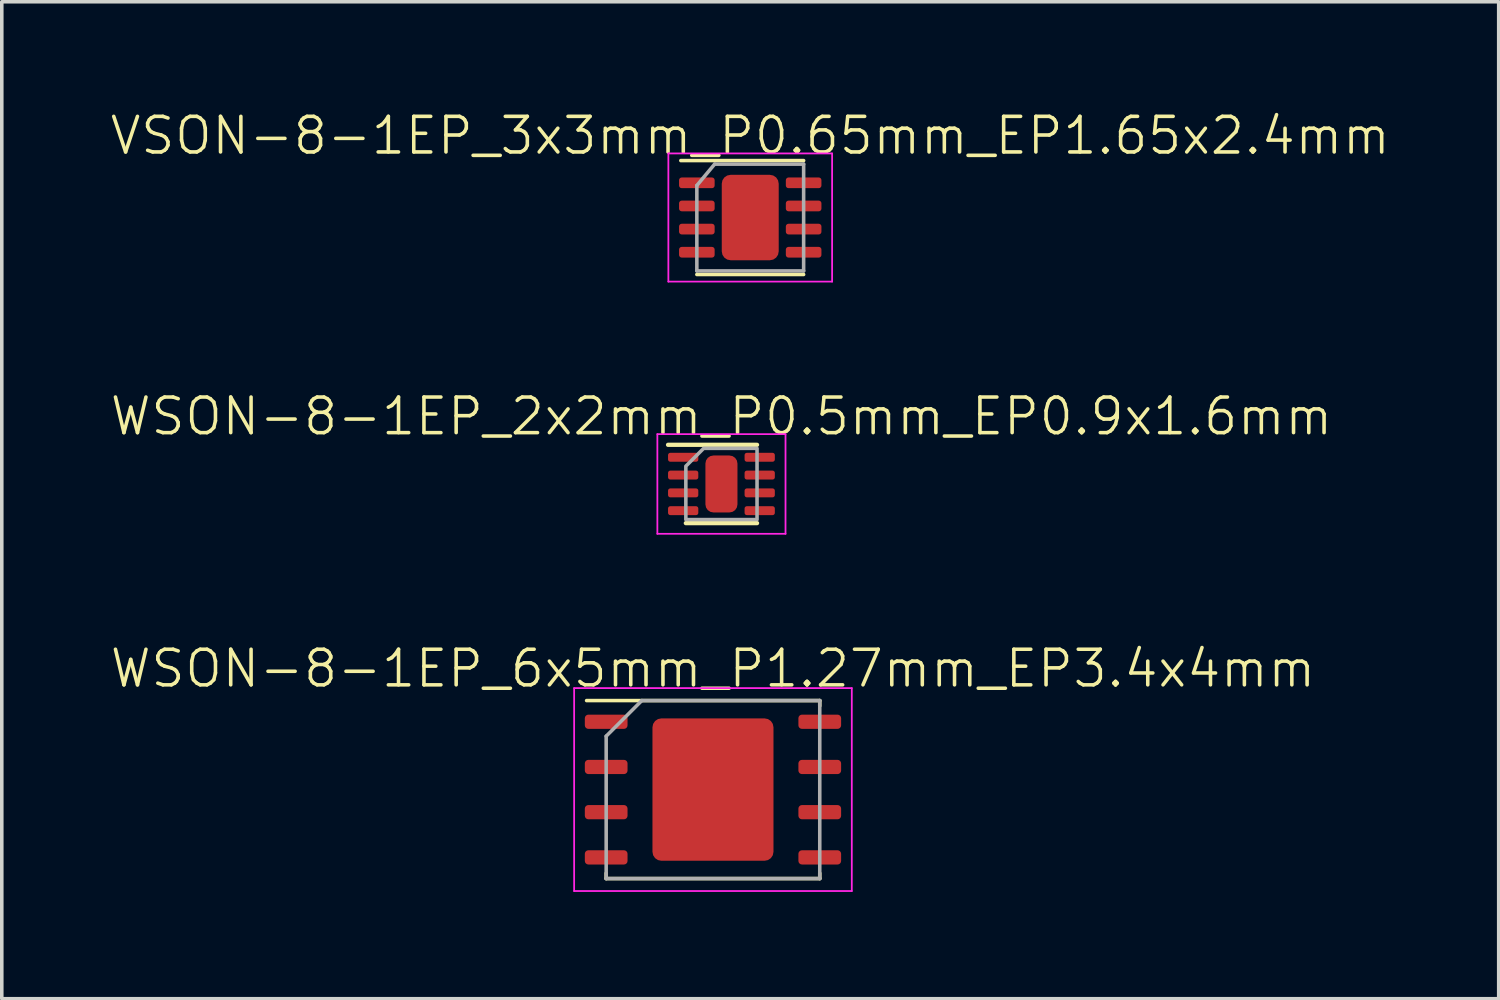
<source format=kicad_pcb>
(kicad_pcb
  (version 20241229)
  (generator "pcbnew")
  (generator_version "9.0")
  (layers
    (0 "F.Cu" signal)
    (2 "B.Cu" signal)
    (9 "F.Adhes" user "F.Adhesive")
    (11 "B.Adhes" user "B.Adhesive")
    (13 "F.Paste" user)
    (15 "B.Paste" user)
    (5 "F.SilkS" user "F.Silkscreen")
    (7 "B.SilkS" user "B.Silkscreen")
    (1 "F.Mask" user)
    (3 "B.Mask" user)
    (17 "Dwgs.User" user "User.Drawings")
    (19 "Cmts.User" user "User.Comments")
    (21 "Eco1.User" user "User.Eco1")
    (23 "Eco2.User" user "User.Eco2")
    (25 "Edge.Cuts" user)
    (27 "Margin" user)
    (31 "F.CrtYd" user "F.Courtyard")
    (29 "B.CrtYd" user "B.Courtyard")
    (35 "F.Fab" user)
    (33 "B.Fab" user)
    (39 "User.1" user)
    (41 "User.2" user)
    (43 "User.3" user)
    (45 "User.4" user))
  (footprint "WSON-8-1EP_6x5mm_P1.27mm_EP3.4x4mm"
    (layer "F.Cu")
    (at 16.979 19.131)
    (property "Reference" "WSON-8-1EP_6x5mm_P1.27mm_EP3.4x4mm" (at 0 -3.4 0) (layer "F.SilkS") (effects (font (size 1 1) (thickness 0.1))))
    (attr smd)
    (fp_line (start -3 2.35) (end -3 2.5) (stroke (width 0.1) (type solid)) (layer "F.SilkS"))
    (fp_line (start -3 2.5) (end 3 2.5) (stroke (width 0.1) (type solid)) (layer "F.SilkS"))
    (fp_line (start 3 -2.5) (end -3.55 -2.5) (stroke (width 0.1) (type solid)) (layer "F.SilkS"))
    (fp_line (start 3 -2.5) (end 3 -2.35) (stroke (width 0.1) (type solid)) (layer "F.SilkS"))
    (fp_line (start 3 2.35) (end 3 2.5) (stroke (width 0.1) (type solid)) (layer "F.SilkS"))
    (fp_line (start -3.9 -2.85) (end -3.9 2.85) (stroke (width 0.05) (type solid)) (layer "F.CrtYd"))
    (fp_line (start -3.9 2.85) (end 3.9 2.85) (stroke (width 0.05) (type solid)) (layer "F.CrtYd"))
    (fp_line (start 3.9 -2.85) (end -3.9 -2.85) (stroke (width 0.05) (type solid)) (layer "F.CrtYd"))
    (fp_line (start 3.9 2.85) (end 3.9 -2.85) (stroke (width 0.05) (type solid)) (layer "F.CrtYd"))
    (fp_line (start -3 -1.5) (end -3 2.5) (stroke (width 0.1) (type solid)) (layer "F.Fab"))
    (fp_line (start -3 2.5) (end 3 2.5) (stroke (width 0.1) (type solid)) (layer "F.Fab"))
    (fp_line (start -2 -2.5) (end -3 -1.5) (stroke (width 0.1) (type default)) (layer "F.Fab"))
    (fp_line (start 3 -2.5) (end -2 -2.5) (stroke (width 0.1) (type solid)) (layer "F.Fab"))
    (fp_line (start 3 2.5) (end 3 -2.5) (stroke (width 0.1) (type solid)) (layer "F.Fab"))
    (pad "" smd roundrect (at -0.85 -1) (size 1.37 1.61) (layers "F.Paste") (roundrect_rratio 0.182))
    (pad "" smd roundrect (at -0.85 1) (size 1.37 1.61) (layers "F.Paste") (roundrect_rratio 0.182))
    (pad "" smd roundrect (at 0.85 -1) (size 1.37 1.61) (layers "F.Paste") (roundrect_rratio 0.182))
    (pad "" smd roundrect (at 0.85 1) (size 1.37 1.61) (layers "F.Paste") (roundrect_rratio 0.182))
    (pad "1" smd roundrect (at -3 -1.905) (size 1.2 0.4) (layers "F.Cu" "F.Mask" "F.Paste") (roundrect_rratio 0.25))
    (pad "2" smd roundrect (at -3 -0.635) (size 1.2 0.4) (layers "F.Cu" "F.Mask" "F.Paste") (roundrect_rratio 0.25))
    (pad "3" smd roundrect (at -3 0.635) (size 1.2 0.4) (layers "F.Cu" "F.Mask" "F.Paste") (roundrect_rratio 0.25))
    (pad "4" smd roundrect (at -3 1.905) (size 1.2 0.4) (layers "F.Cu" "F.Mask" "F.Paste") (roundrect_rratio 0.25))
    (pad "5" smd roundrect (at 3 1.905) (size 1.2 0.4) (layers "F.Cu" "F.Mask" "F.Paste") (roundrect_rratio 0.25))
    (pad "6" smd roundrect (at 3 0.635) (size 1.2 0.4) (layers "F.Cu" "F.Mask" "F.Paste") (roundrect_rratio 0.25))
    (pad "7" smd roundrect (at 3 -0.635) (size 1.2 0.4) (layers "F.Cu" "F.Mask" "F.Paste") (roundrect_rratio 0.25))
    (pad "8" smd roundrect (at 3 -1.905) (size 1.2 0.4) (layers "F.Cu" "F.Mask" "F.Paste") (roundrect_rratio 0.25))
    (pad "9" smd roundrect (at 0 0) (size 3.4 4) (layers "F.Cu" "F.Mask") (roundrect_rratio 0.074)))
  (footprint "VSON-8-1EP_3x3mm_P0.65mm_EP1.65x2.4mm"
    (layer "F.Cu")
    (at 18.026 3.061)
    (property "Reference" "VSON-8-1EP_3x3mm_P0.65mm_EP1.65x2.4mm" (at 0 -2.3 0) (layer "F.SilkS") (effects (font (size 1 1) (thickness 0.1))))
    (attr smd)
    (fp_line (start -1.5 1.6) (end 1.5 1.6) (stroke (width 0.1) (type solid)) (layer "F.SilkS"))
    (fp_line (start 1.5 -1.6) (end -1.95 -1.6) (stroke (width 0.1) (type solid)) (layer "F.SilkS"))
    (fp_rect (start -0.55 -0.95) (end -0.35 -0.75) (stroke (width 0.5) (type solid)) (fill yes) (layer "F.Paste"))
    (fp_rect (start -0.55 -0.1) (end -0.35 0.1) (stroke (width 0.5) (type solid)) (fill yes) (layer "F.Paste"))
    (fp_rect (start -0.55 0.75) (end -0.35 0.95) (stroke (width 0.5) (type solid)) (fill yes) (layer "F.Paste"))
    (fp_rect (start 0.35 -0.95) (end 0.55 -0.75) (stroke (width 0.5) (type solid)) (fill yes) (layer "F.Paste"))
    (fp_rect (start 0.35 -0.1) (end 0.55 0.1) (stroke (width 0.5) (type solid)) (fill yes) (layer "F.Paste"))
    (fp_rect (start 0.35 0.75) (end 0.55 0.95) (stroke (width 0.5) (type solid)) (fill yes) (layer "F.Paste"))
    (fp_line (start -2.3 -1.8) (end -2.3 1.8) (stroke (width 0.05) (type solid)) (layer "F.CrtYd"))
    (fp_line (start -2.3 1.8) (end 2.3 1.8) (stroke (width 0.05) (type solid)) (layer "F.CrtYd"))
    (fp_line (start 2.3 -1.8) (end -2.3 -1.8) (stroke (width 0.05) (type solid)) (layer "F.CrtYd"))
    (fp_line (start 2.3 1.8) (end 2.3 -1.8) (stroke (width 0.05) (type solid)) (layer "F.CrtYd"))
    (fp_line (start -1.5 1.5) (end -1.5 -0.9) (stroke (width 0.1) (type solid)) (layer "F.Fab"))
    (fp_line (start -1 -1.5) (end -1.5 -0.9) (stroke (width 0.1) (type solid)) (layer "F.Fab"))
    (fp_line (start -1 -1.5) (end 1.5 -1.5) (stroke (width 0.1) (type solid)) (layer "F.Fab"))
    (fp_line (start 1.5 -1.5) (end 1.5 1.5) (stroke (width 0.1) (type solid)) (layer "F.Fab"))
    (fp_line (start 1.5 1.5) (end -1.5 1.5) (stroke (width 0.1) (type solid)) (layer "F.Fab"))
    (pad "1" smd roundrect (at -1.5 -0.975) (size 1 0.3) (layers "F.Cu" "F.Mask" "F.Paste") (roundrect_rratio 0.25))
    (pad "2" smd roundrect (at -1.5 -0.325) (size 1 0.3) (layers "F.Cu" "F.Mask" "F.Paste") (roundrect_rratio 0.25))
    (pad "3" smd roundrect (at -1.5 0.325) (size 1 0.3) (layers "F.Cu" "F.Mask" "F.Paste") (roundrect_rratio 0.25))
    (pad "4" smd roundrect (at -1.5 0.975) (size 1 0.3) (layers "F.Cu" "F.Mask" "F.Paste") (roundrect_rratio 0.25))
    (pad "5" smd roundrect (at 1.5 0.975) (size 1 0.3) (layers "F.Cu" "F.Mask" "F.Paste") (roundrect_rratio 0.25))
    (pad "6" smd roundrect (at 1.5 0.325) (size 1 0.3) (layers "F.Cu" "F.Mask" "F.Paste") (roundrect_rratio 0.25))
    (pad "7" smd roundrect (at 1.5 -0.325) (size 1 0.3) (layers "F.Cu" "F.Mask" "F.Paste") (roundrect_rratio 0.25))
    (pad "8" smd roundrect (at 1.5 -0.975) (size 1 0.3) (layers "F.Cu" "F.Mask" "F.Paste") (roundrect_rratio 0.25))
    (pad "9" smd roundrect (at 0 0) (size 1.6 2.4) (layers "F.Cu" "F.Mask") (roundrect_rratio 0.156)))
  (footprint "WSON-8-1EP_2x2mm_P0.5mm_EP0.9x1.6mm"
    (layer "F.Cu")
    (at 17.217 10.546)
    (property "Reference" "WSON-8-1EP_2x2mm_P0.5mm_EP0.9x1.6mm" (at 0 -1.9 0) (layer "F.SilkS") (effects (font (size 1 1) (thickness 0.1))))
    (attr smd)
    (fp_line (start -1.5 -1.1) (end 1 -1.1) (stroke (width 0.12) (type solid)) (layer "F.SilkS"))
    (fp_line (start -1 1.1) (end 1 1.1) (stroke (width 0.12) (type solid)) (layer "F.SilkS"))
    (fp_line (start -1.8 -1.4) (end 1.8 -1.4) (stroke (width 0.05) (type solid)) (layer "F.CrtYd"))
    (fp_line (start -1.8 1.4) (end -1.8 -1.4) (stroke (width 0.05) (type solid)) (layer "F.CrtYd"))
    (fp_line (start 1.8 -1.4) (end 1.8 1.4) (stroke (width 0.05) (type solid)) (layer "F.CrtYd"))
    (fp_line (start 1.8 1.4) (end -1.8 1.4) (stroke (width 0.05) (type solid)) (layer "F.CrtYd"))
    (fp_poly (pts (xy -1 -0.5) (xy -1 1) (xy 1 1) (xy 1 -1) (xy -0.5 -1)) (stroke (width 0.1) (type solid)) (fill no) (layer "F.Fab"))
    (pad "" smd roundrect (at 0 0) (size 0.73 1.29) (layers "F.Paste") (roundrect_rratio 0.25))
    (pad "1" smd roundrect (at -1.075 -0.75) (size 0.85 0.25) (layers "F.Cu" "F.Mask" "F.Paste") (roundrect_rratio 0.25))
    (pad "2" smd roundrect (at -1.075 -0.25) (size 0.85 0.25) (layers "F.Cu" "F.Mask" "F.Paste") (roundrect_rratio 0.25))
    (pad "3" smd roundrect (at -1.075 0.25) (size 0.85 0.25) (layers "F.Cu" "F.Mask" "F.Paste") (roundrect_rratio 0.25))
    (pad "4" smd roundrect (at -1.075 0.75) (size 0.85 0.25) (layers "F.Cu" "F.Mask" "F.Paste") (roundrect_rratio 0.25))
    (pad "5" smd roundrect (at 1.075 0.75) (size 0.85 0.25) (layers "F.Cu" "F.Mask" "F.Paste") (roundrect_rratio 0.25))
    (pad "6" smd roundrect (at 1.075 0.25) (size 0.85 0.25) (layers "F.Cu" "F.Mask" "F.Paste") (roundrect_rratio 0.25))
    (pad "7" smd roundrect (at 1.075 -0.25) (size 0.85 0.25) (layers "F.Cu" "F.Mask" "F.Paste") (roundrect_rratio 0.25))
    (pad "8" smd roundrect (at 1.075 -0.75) (size 0.85 0.25) (layers "F.Cu" "F.Mask" "F.Paste") (roundrect_rratio 0.25))
    (pad "9" smd roundrect (at 0 0) (size 0.9 1.6) (property pad_prop_heatsink) (layers "F.Cu" "F.Mask") (roundrect_rratio 0.25)))
  (gr_rect
    (start -3 -3)
    (end 39.052 25.006)
    (stroke (width 0.1) (type default))
    (fill no)
    (layer "Edge.Cuts")))
</source>
